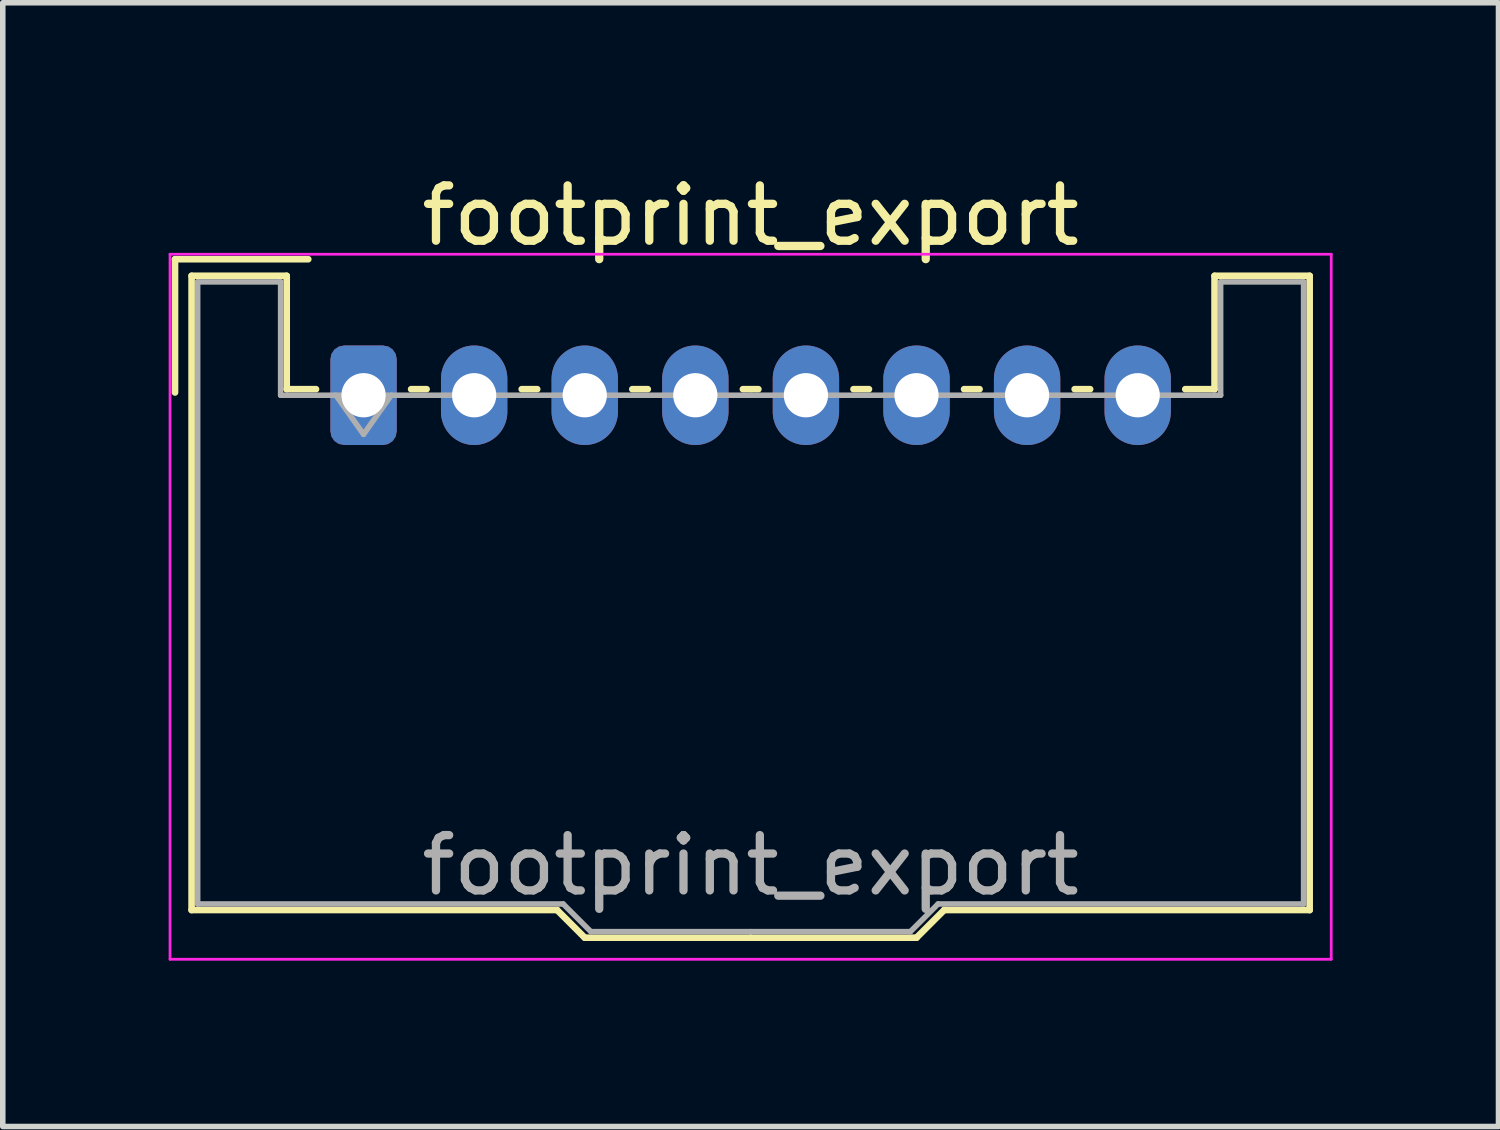
<source format=kicad_pcb>
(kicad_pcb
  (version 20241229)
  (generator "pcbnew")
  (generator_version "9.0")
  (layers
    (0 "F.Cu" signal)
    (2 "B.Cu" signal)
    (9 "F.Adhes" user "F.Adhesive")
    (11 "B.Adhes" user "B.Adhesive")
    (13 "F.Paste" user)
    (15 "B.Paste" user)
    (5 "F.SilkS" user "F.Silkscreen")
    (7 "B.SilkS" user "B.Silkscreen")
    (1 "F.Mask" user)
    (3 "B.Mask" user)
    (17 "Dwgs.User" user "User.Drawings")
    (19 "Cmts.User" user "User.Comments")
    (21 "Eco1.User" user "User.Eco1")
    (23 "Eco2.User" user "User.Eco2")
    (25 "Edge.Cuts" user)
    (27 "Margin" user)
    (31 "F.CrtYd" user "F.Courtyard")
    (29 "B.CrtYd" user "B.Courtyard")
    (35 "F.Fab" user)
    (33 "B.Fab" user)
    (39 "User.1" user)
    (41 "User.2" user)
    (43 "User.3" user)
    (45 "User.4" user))
  (footprint "footprint_export"
    (layer "F.Cu")
    (at 3.525 4.098)
    (property "Reference" "footprint_export" (at 7 -3.25 0) (layer "F.SilkS") (effects (font (size 1 1) (thickness 0.15))))
    (attr through_hole)
    (fp_line (start -3.41 -2.46) (end -1 -2.46) (stroke (width 0.12) (type solid)) (layer "F.SilkS"))
    (fp_line (start -3.41 -0.05) (end -3.41 -2.46) (stroke (width 0.12) (type solid)) (layer "F.SilkS"))
    (fp_line (start -3.11 -2.16) (end -1.39 -2.16) (stroke (width 0.12) (type solid)) (layer "F.SilkS"))
    (fp_line (start -3.11 9.31) (end -3.11 -2.16) (stroke (width 0.12) (type solid)) (layer "F.SilkS"))
    (fp_line (start -1.39 -2.16) (end -1.39 -0.11) (stroke (width 0.12) (type solid)) (layer "F.SilkS"))
    (fp_line (start -1.39 -0.11) (end -0.86 -0.11) (stroke (width 0.12) (type solid)) (layer "F.SilkS"))
    (fp_line (start 0.86 -0.11) (end 1.14 -0.11) (stroke (width 0.12) (type solid)) (layer "F.SilkS"))
    (fp_line (start 2.86 -0.11) (end 3.14 -0.11) (stroke (width 0.12) (type solid)) (layer "F.SilkS"))
    (fp_line (start 3.5 9.31) (end -3.11 9.31) (stroke (width 0.12) (type solid)) (layer "F.SilkS"))
    (fp_line (start 4 9.81) (end 3.5 9.31) (stroke (width 0.12) (type solid)) (layer "F.SilkS"))
    (fp_line (start 4.86 -0.11) (end 5.14 -0.11) (stroke (width 0.12) (type solid)) (layer "F.SilkS"))
    (fp_line (start 6.86 -0.11) (end 7.14 -0.11) (stroke (width 0.12) (type solid)) (layer "F.SilkS"))
    (fp_line (start 7 9.81) (end 4 9.81) (stroke (width 0.12) (type solid)) (layer "F.SilkS"))
    (fp_line (start 7 9.81) (end 10 9.81) (stroke (width 0.12) (type solid)) (layer "F.SilkS"))
    (fp_line (start 8.86 -0.11) (end 9.14 -0.11) (stroke (width 0.12) (type solid)) (layer "F.SilkS"))
    (fp_line (start 10 9.81) (end 10.5 9.31) (stroke (width 0.12) (type solid)) (layer "F.SilkS"))
    (fp_line (start 10.5 9.31) (end 17.11 9.31) (stroke (width 0.12) (type solid)) (layer "F.SilkS"))
    (fp_line (start 10.86 -0.11) (end 11.14 -0.11) (stroke (width 0.12) (type solid)) (layer "F.SilkS"))
    (fp_line (start 12.86 -0.11) (end 13.14 -0.11) (stroke (width 0.12) (type solid)) (layer "F.SilkS"))
    (fp_line (start 15.39 -2.16) (end 15.39 -0.11) (stroke (width 0.12) (type solid)) (layer "F.SilkS"))
    (fp_line (start 15.39 -0.11) (end 14.86 -0.11) (stroke (width 0.12) (type solid)) (layer "F.SilkS"))
    (fp_line (start 17.11 -2.16) (end 15.39 -2.16) (stroke (width 0.12) (type solid)) (layer "F.SilkS"))
    (fp_line (start 17.11 9.31) (end 17.11 -2.16) (stroke (width 0.12) (type solid)) (layer "F.SilkS"))
    (fp_line (start -3.5 -2.55) (end -3.5 10.2) (stroke (width 0.05) (type solid)) (layer "F.CrtYd"))
    (fp_line (start -3.5 10.2) (end 17.5 10.2) (stroke (width 0.05) (type solid)) (layer "F.CrtYd"))
    (fp_line (start 17.5 -2.55) (end -3.5 -2.55) (stroke (width 0.05) (type solid)) (layer "F.CrtYd"))
    (fp_line (start 17.5 10.2) (end 17.5 -2.55) (stroke (width 0.05) (type solid)) (layer "F.CrtYd"))
    (fp_line (start -3 -2.05) (end -1.5 -2.05) (stroke (width 0.1) (type solid)) (layer "F.Fab"))
    (fp_line (start -3 9.2) (end -3 -2.05) (stroke (width 0.1) (type solid)) (layer "F.Fab"))
    (fp_line (start -1.5 -2.05) (end -1.5 0) (stroke (width 0.1) (type solid)) (layer "F.Fab"))
    (fp_line (start -1.5 0) (end 7 0) (stroke (width 0.1) (type solid)) (layer "F.Fab"))
    (fp_line (start -0.5 0) (end 0 0.707) (stroke (width 0.1) (type solid)) (layer "F.Fab"))
    (fp_line (start 0 0.707) (end 0.5 0) (stroke (width 0.1) (type solid)) (layer "F.Fab"))
    (fp_line (start 3.61 9.2) (end -3 9.2) (stroke (width 0.1) (type solid)) (layer "F.Fab"))
    (fp_line (start 4.11 9.7) (end 3.61 9.2) (stroke (width 0.1) (type solid)) (layer "F.Fab"))
    (fp_line (start 7 9.7) (end 4.11 9.7) (stroke (width 0.1) (type solid)) (layer "F.Fab"))
    (fp_line (start 7 9.7) (end 9.89 9.7) (stroke (width 0.1) (type solid)) (layer "F.Fab"))
    (fp_line (start 9.89 9.7) (end 10.39 9.2) (stroke (width 0.1) (type solid)) (layer "F.Fab"))
    (fp_line (start 10.39 9.2) (end 17 9.2) (stroke (width 0.1) (type solid)) (layer "F.Fab"))
    (fp_line (start 15.5 -2.05) (end 15.5 0) (stroke (width 0.1) (type solid)) (layer "F.Fab"))
    (fp_line (start 15.5 0) (end 7 0) (stroke (width 0.1) (type solid)) (layer "F.Fab"))
    (fp_line (start 17 -2.05) (end 15.5 -2.05) (stroke (width 0.1) (type solid)) (layer "F.Fab"))
    (fp_line (start 17 9.2) (end 17 -2.05) (stroke (width 0.1) (type solid)) (layer "F.Fab"))
    (fp_text user "${REFERENCE}" (at 7 8.5 0) (layer "F.Fab") (effects (font (size 1 1) (thickness 0.15))))
    (pad "1" thru_hole roundrect (at 0 0) (size 1.2 1.8) (drill 0.8) (layers "*.Cu" "*.Mask") (roundrect_rratio 0.208))
    (pad "2" thru_hole oval (at 2 0) (size 1.2 1.8) (drill 0.8) (layers "*.Cu" "*.Mask"))
    (pad "3" thru_hole oval (at 4 0) (size 1.2 1.8) (drill 0.8) (layers "*.Cu" "*.Mask"))
    (pad "4" thru_hole oval (at 6 0) (size 1.2 1.8) (drill 0.8) (layers "*.Cu" "*.Mask"))
    (pad "5" thru_hole oval (at 8 0) (size 1.2 1.8) (drill 0.8) (layers "*.Cu" "*.Mask"))
    (pad "6" thru_hole oval (at 10 0) (size 1.2 1.8) (drill 0.8) (layers "*.Cu" "*.Mask"))
    (pad "7" thru_hole oval (at 12 0) (size 1.2 1.8) (drill 0.8) (layers "*.Cu" "*.Mask"))
    (pad "8" thru_hole oval (at 14 0) (size 1.2 1.8) (drill 0.8) (layers "*.Cu" "*.Mask")))
  (gr_rect
    (start -3 -3)
    (end 24.05 17.323)
    (stroke (width 0.1) (type default))
    (fill no)
    (layer "Edge.Cuts")))
</source>
